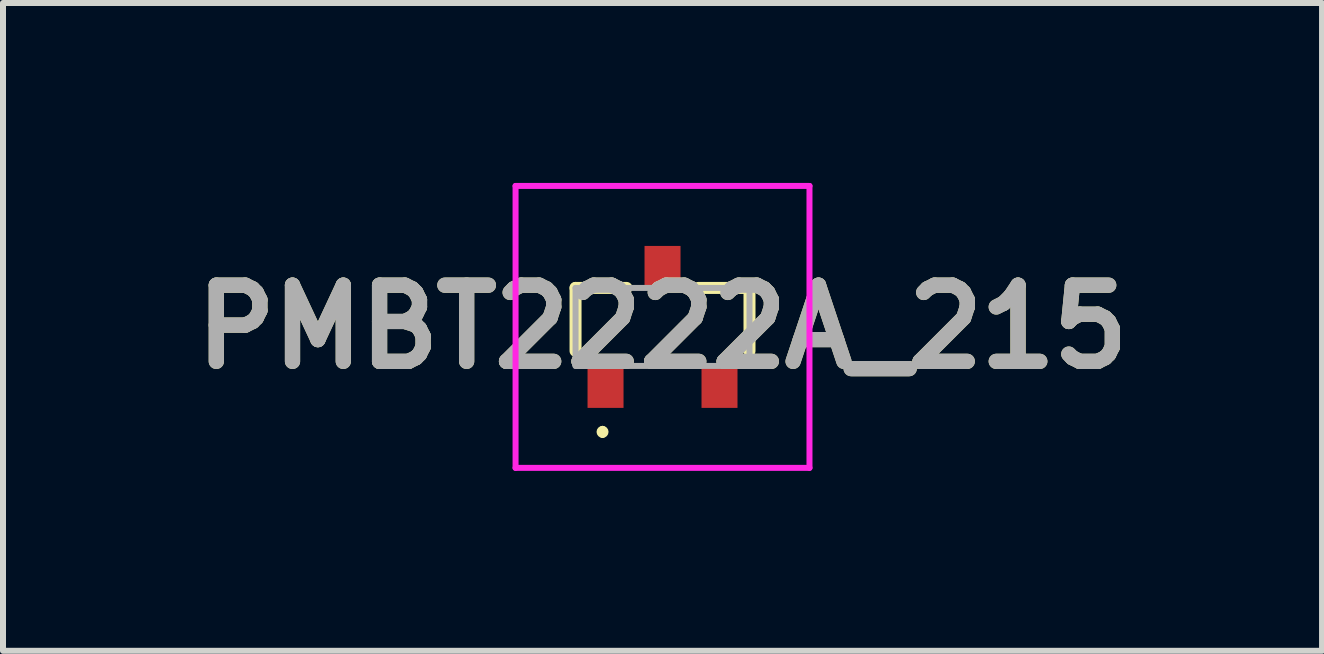
<source format=kicad_pcb>
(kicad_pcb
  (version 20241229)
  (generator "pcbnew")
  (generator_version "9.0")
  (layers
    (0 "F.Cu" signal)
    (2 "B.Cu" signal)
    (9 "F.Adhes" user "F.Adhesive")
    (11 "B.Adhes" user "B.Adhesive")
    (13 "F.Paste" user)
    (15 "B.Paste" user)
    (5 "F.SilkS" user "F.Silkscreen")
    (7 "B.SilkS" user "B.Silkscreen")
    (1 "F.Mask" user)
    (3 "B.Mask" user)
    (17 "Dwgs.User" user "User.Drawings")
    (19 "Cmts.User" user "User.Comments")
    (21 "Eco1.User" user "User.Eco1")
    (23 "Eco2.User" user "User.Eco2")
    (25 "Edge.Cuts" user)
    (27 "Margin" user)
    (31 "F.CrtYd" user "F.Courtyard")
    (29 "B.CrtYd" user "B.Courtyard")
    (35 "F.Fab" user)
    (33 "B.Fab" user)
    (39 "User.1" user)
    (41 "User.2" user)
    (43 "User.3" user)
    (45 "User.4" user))
  (footprint "PMBT2222A_215"
    (layer "F.Cu")
    (at 7.995 2.4)
    (property "Reference" "PMBT2222A_215" (at 0 0 0) (layer "F.SilkS") (effects (font (size 1.27 1.27) (thickness 0.254))))
    (attr smd)
    (fp_line (start -1.45 -0.65) (end -1.45 0.4) (stroke (width 0.2) (type solid)) (layer "F.SilkS"))
    (fp_line (start -1 1.7) (end -1 1.7) (stroke (width 0.1) (type solid)) (layer "F.SilkS"))
    (fp_line (start -1 1.8) (end -1 1.8) (stroke (width 0.1) (type solid)) (layer "F.SilkS"))
    (fp_line (start -0.6 -0.65) (end -1.45 -0.65) (stroke (width 0.2) (type solid)) (layer "F.SilkS"))
    (fp_line (start 0.6 -0.65) (end 1.45 -0.65) (stroke (width 0.2) (type solid)) (layer "F.SilkS"))
    (fp_line (start 1.45 -0.65) (end 1.45 0.4) (stroke (width 0.2) (type solid)) (layer "F.SilkS"))
    (fp_arc (start -1 1.7) (mid -0.95 1.75) (end -1 1.8) (stroke (width 0.1) (type solid)) (layer "F.SilkS"))
    (fp_arc (start -1 1.8) (mid -1.05 1.75) (end -1 1.7) (stroke (width 0.1) (type solid)) (layer "F.SilkS"))
    (fp_line (start -2.45 -2.35) (end 2.45 -2.35) (stroke (width 0.1) (type solid)) (layer "F.CrtYd"))
    (fp_line (start -2.45 2.35) (end -2.45 -2.35) (stroke (width 0.1) (type solid)) (layer "F.CrtYd"))
    (fp_line (start 2.45 -2.35) (end 2.45 2.35) (stroke (width 0.1) (type solid)) (layer "F.CrtYd"))
    (fp_line (start 2.45 2.35) (end -2.45 2.35) (stroke (width 0.1) (type solid)) (layer "F.CrtYd"))
    (fp_line (start -1.45 -0.65) (end 1.45 -0.65) (stroke (width 0.1) (type solid)) (layer "F.Fab"))
    (fp_line (start -1.45 0.65) (end -1.45 -0.65) (stroke (width 0.1) (type solid)) (layer "F.Fab"))
    (fp_line (start 1.45 -0.65) (end 1.45 0.65) (stroke (width 0.1) (type solid)) (layer "F.Fab"))
    (fp_line (start 1.45 0.65) (end -1.45 0.65) (stroke (width 0.1) (type solid)) (layer "F.Fab"))
    (fp_text user "${REFERENCE}" (at 0 0 0) (layer "F.Fab") (effects (font (size 1.27 1.27) (thickness 0.254))))
    (pad "1" smd rect (at -0.95 1) (size 0.6 0.7) (layers "F.Cu" "F.Mask" "F.Paste"))
    (pad "2" smd rect (at 0.95 1) (size 0.6 0.7) (layers "F.Cu" "F.Mask" "F.Paste"))
    (pad "3" smd rect (at 0 -1) (size 0.6 0.7) (layers "F.Cu" "F.Mask" "F.Paste")))
  (gr_rect
    (start -3 -3)
    (end 18.99 7.8)
    (stroke (width 0.1) (type default))
    (fill no)
    (layer "Edge.Cuts")))
</source>
